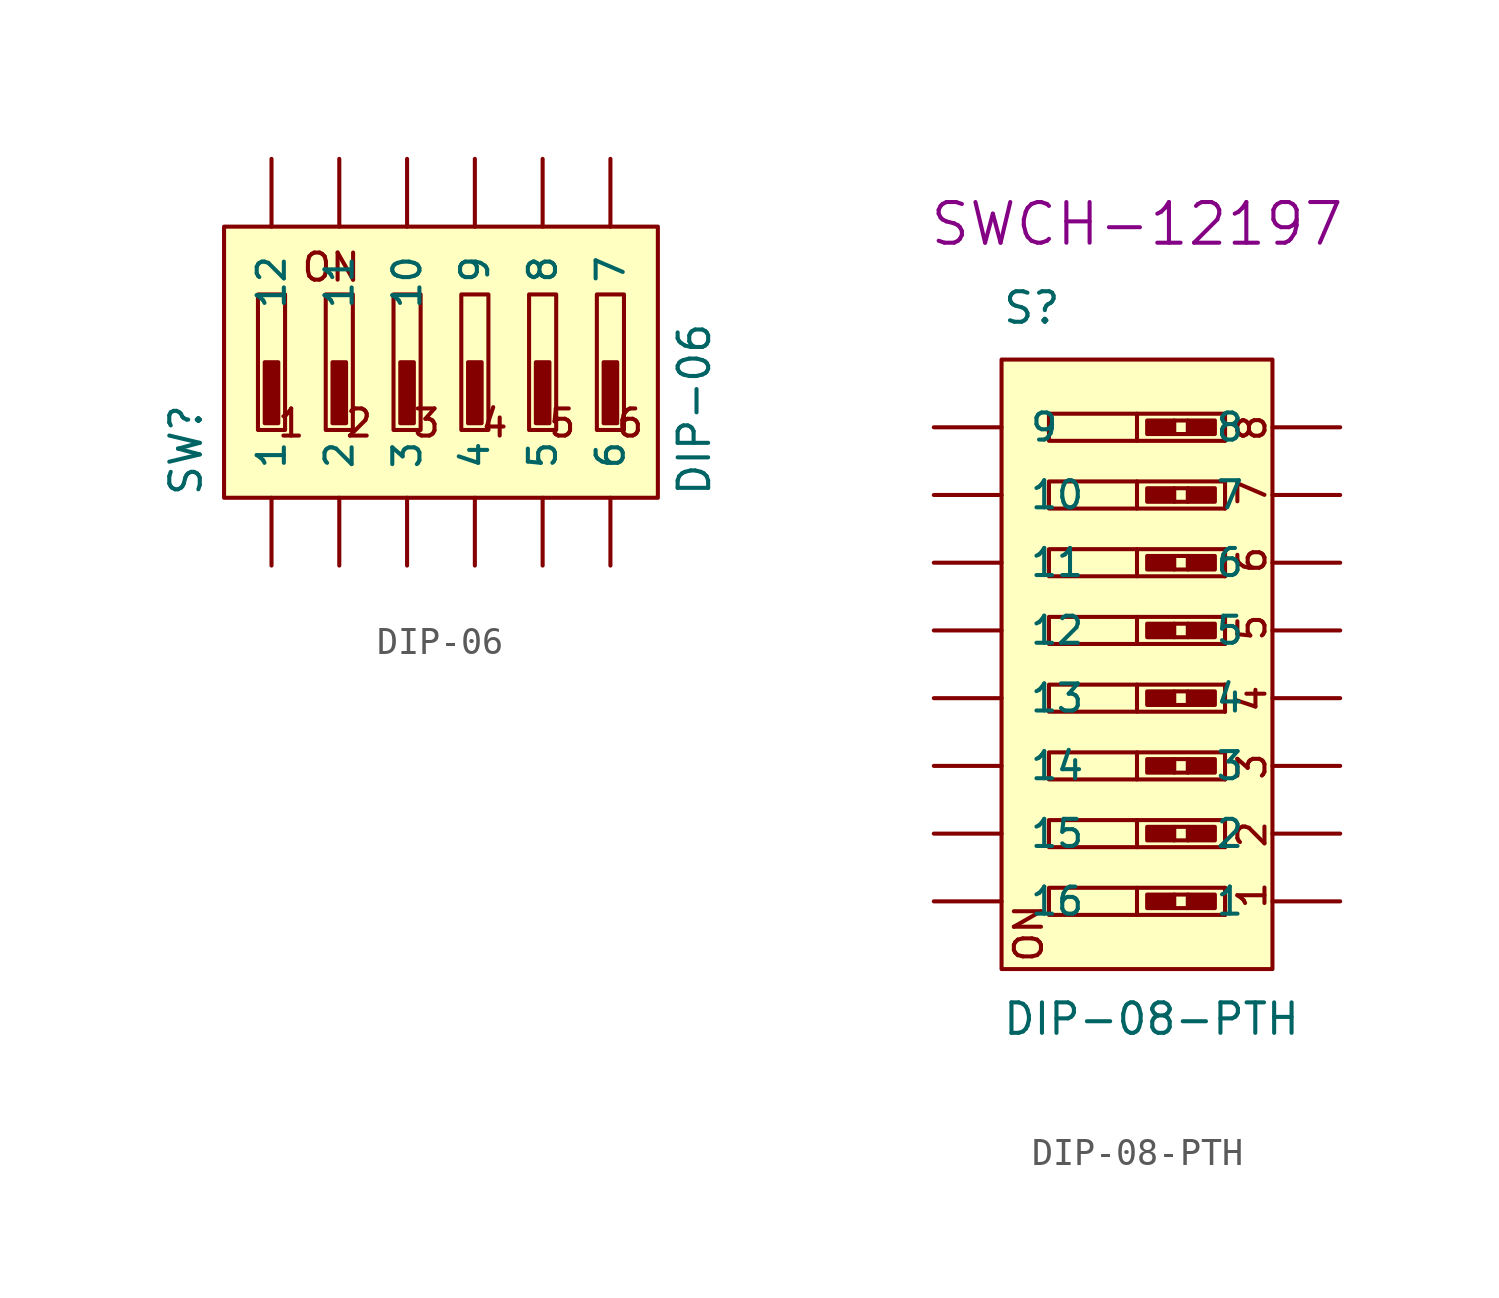
<source format=kicad_sym>
(kicad_symbol_lib
  (version 20220914)
  (generator kicad_symbol_editor)
  (symbol "DIP-06"
    (pin_numbers hide)
    (pin_names
      (offset 1.016))
    (property "Reference" "SW"
      (at -7.62 -5.08 90)
      (effects (font (size 1.143 1.143)) (justify left bottom)))
    (property "Value" "DIP-06"
      (at 11.43 -5.08 90)
      (effects (font (size 1.143 1.143)) (justify left bottom)))
    (property "ki_locked" ""
      (at 0 0 0)
      (effects (font (size 1.27 1.27))))
    (symbol "DIP-06_1_0"
      (text "1" (at -4.343 -2.286 0) (effects (font (size 1.016 1.016))))
      (text "2" (at -1.803 -2.286 0) (effects (font (size 1.016 1.016))))
      (text "3" (at 0.737 -2.286 0) (effects (font (size 1.016 1.016))))
      (text "4" (at 3.277 -2.286 0) (effects (font (size 1.016 1.016))))
      (text "5" (at 5.817 -2.286 0) (effects (font (size 1.016 1.016))))
      (text "6" (at 8.357 -2.286 0) (effects (font (size 1.016 1.016))))
      (text "ON" (at -2.845 3.556 0) (effects (font (size 1.016 1.016)))))
    (symbol "DIP-06_1_1"
      (rectangle (start -5.334 -2.286) (end -4.826 0) (stroke (width 0) (type solid)) (fill (type outline)))
      (rectangle (start -2.794 -2.286) (end -2.286 0) (stroke (width 0) (type solid)) (fill (type outline)))
      (rectangle (start -0.254 -2.286) (end 0.254 0) (stroke (width 0) (type solid)) (fill (type outline)))
      (polyline (pts (xy -6.858 5.08) (xy 9.398 5.08) (xy 9.398 -5.08) (xy -6.858 -5.08) (xy -6.858 5.08)) (stroke (width 0) (type solid)) (fill (type background)))
      (polyline (pts (xy -5.588 -2.54) (xy -4.572 -2.54) (xy -4.572 2.54) (xy -5.588 2.54) (xy -5.588 -2.54)) (stroke (width 0) (type solid)) (fill (type background)))
      (polyline (pts (xy -3.048 -2.54) (xy -2.032 -2.54) (xy -2.032 2.54) (xy -3.048 2.54) (xy -3.048 -2.54)) (stroke (width 0) (type solid)) (fill (type background)))
      (polyline (pts (xy -0.508 -2.54) (xy 0.508 -2.54) (xy 0.508 2.54) (xy -0.508 2.54) (xy -0.508 -2.54)) (stroke (width 0) (type solid)) (fill (type background)))
      (polyline (pts (xy 2.032 -2.54) (xy 3.048 -2.54) (xy 3.048 2.54) (xy 2.032 2.54) (xy 2.032 -2.54)) (stroke (width 0) (type solid)) (fill (type background)))
      (polyline (pts (xy 4.572 -2.54) (xy 5.588 -2.54) (xy 5.588 2.54) (xy 4.572 2.54) (xy 4.572 -2.54)) (stroke (width 0) (type solid)) (fill (type background)))
      (polyline (pts (xy 7.112 -2.54) (xy 8.128 -2.54) (xy 8.128 2.54) (xy 7.112 2.54) (xy 7.112 -2.54)) (stroke (width 0) (type solid)) (fill (type background)))
      (rectangle (start 2.286 -2.286) (end 2.794 0) (stroke (width 0) (type solid)) (fill (type outline)))
      (rectangle (start 4.826 -2.286) (end 5.334 0) (stroke (width 0) (type solid)) (fill (type outline)))
      (rectangle (start 7.366 -2.286) (end 7.874 0) (stroke (width 0) (type solid)) (fill (type outline)))
      (pin bidirectional line (at -5.08 -7.62 90) (length 2.54) (name "1" (effects (font (size 1.016 1.016)))) (number "1" (effects (font (size 1.016 1.016)))))
      (pin bidirectional line (at 0 7.62 270) (length 2.54) (name "10" (effects (font (size 1.016 1.016)))) (number "10" (effects (font (size 1.016 1.016)))))
      (pin bidirectional line (at -2.54 7.62 270) (length 2.54) (name "11" (effects (font (size 1.016 1.016)))) (number "11" (effects (font (size 1.016 1.016)))))
      (pin bidirectional line (at -5.08 7.62 270) (length 2.54) (name "12" (effects (font (size 1.016 1.016)))) (number "12" (effects (font (size 1.016 1.016)))))
      (pin bidirectional line (at -2.54 -7.62 90) (length 2.54) (name "2" (effects (font (size 1.016 1.016)))) (number "2" (effects (font (size 1.016 1.016)))))
      (pin bidirectional line (at 0 -7.62 90) (length 2.54) (name "3" (effects (font (size 1.016 1.016)))) (number "3" (effects (font (size 1.016 1.016)))))
      (pin bidirectional line (at 2.54 -7.62 90) (length 2.54) (name "4" (effects (font (size 1.016 1.016)))) (number "4" (effects (font (size 1.016 1.016)))))
      (pin bidirectional line (at 5.08 -7.62 90) (length 2.54) (name "5" (effects (font (size 1.016 1.016)))) (number "5" (effects (font (size 1.016 1.016)))))
      (pin bidirectional line (at 7.62 -7.62 90) (length 2.54) (name "6" (effects (font (size 1.016 1.016)))) (number "6" (effects (font (size 1.016 1.016)))))
      (pin bidirectional line (at 7.62 7.62 270) (length 2.54) (name "7" (effects (font (size 1.016 1.016)))) (number "7" (effects (font (size 1.016 1.016)))))
      (pin bidirectional line (at 5.08 7.62 270) (length 2.54) (name "8" (effects (font (size 1.016 1.016)))) (number "8" (effects (font (size 1.016 1.016)))))
      (pin bidirectional line (at 2.54 7.62 270) (length 2.54) (name "9" (effects (font (size 1.016 1.016)))) (number "9" (effects (font (size 1.016 1.016)))))))
  (symbol "DIP-08-PTH"
    (pin_numbers hide)
    (pin_names
      (offset 1.016))
    (property "Reference" "S"
      (at -5.08 11.43 0)
      (effects (font (size 1.143 1.143)) (justify left bottom)))
    (property "Value" "DIP-08-PTH"
      (at -5.08 -15.24 0)
      (effects (font (size 1.143 1.143)) (justify left bottom)))
    (property "Field4" "SWCH-12197"
      (at 0 15.24 0)
      (effects (font (size 1.524 1.524))))
    (property "ki_locked" ""
      (at 0 0 0)
      (effects (font (size 1.27 1.27))))
    (symbol "DIP-08-PTH_1_0"
      (polyline (pts (xy 0 -9.652) (xy 3.302 -9.652)) (stroke (width 0) (type solid)) (fill (type none)))
      (polyline (pts (xy 0 -7.112) (xy 3.302 -7.112)) (stroke (width 0) (type solid)) (fill (type none)))
      (polyline (pts (xy 0 -4.572) (xy 3.302 -4.572)) (stroke (width 0) (type solid)) (fill (type none)))
      (polyline (pts (xy 0 -2.032) (xy 3.302 -2.032)) (stroke (width 0) (type solid)) (fill (type none)))
      (polyline (pts (xy 0 0.508) (xy 3.302 0.508)) (stroke (width 0) (type solid)) (fill (type none)))
      (polyline (pts (xy 0 3.048) (xy 3.302 3.048)) (stroke (width 0) (type solid)) (fill (type none)))
      (polyline (pts (xy 0 5.588) (xy 3.302 5.588)) (stroke (width 0) (type solid)) (fill (type none)))
      (polyline (pts (xy 0 8.128) (xy 3.302 8.128)) (stroke (width 0) (type solid)) (fill (type none)))
      (polyline (pts (xy 1.397 -10.414) (xy 1.905 -10.414)) (stroke (width 0) (type solid)) (fill (type none)))
      (polyline (pts (xy 1.397 -9.906) (xy 1.905 -9.906)) (stroke (width 0) (type solid)) (fill (type none)))
      (polyline (pts (xy 1.397 -7.874) (xy 1.905 -7.874)) (stroke (width 0) (type solid)) (fill (type none)))
      (polyline (pts (xy 1.397 -7.366) (xy 1.905 -7.366)) (stroke (width 0) (type solid)) (fill (type none)))
      (polyline (pts (xy 1.397 -5.334) (xy 1.905 -5.334)) (stroke (width 0) (type solid)) (fill (type none)))
      (polyline (pts (xy 1.397 -4.826) (xy 1.905 -4.826)) (stroke (width 0) (type solid)) (fill (type none)))
      (polyline (pts (xy 1.397 -2.794) (xy 1.905 -2.794)) (stroke (width 0) (type solid)) (fill (type none)))
      (polyline (pts (xy 1.397 -2.286) (xy 1.905 -2.286)) (stroke (width 0) (type solid)) (fill (type none)))
      (polyline (pts (xy 1.397 -0.254) (xy 1.905 -0.254)) (stroke (width 0) (type solid)) (fill (type none)))
      (polyline (pts (xy 1.397 0.254) (xy 1.905 0.254)) (stroke (width 0) (type solid)) (fill (type none)))
      (polyline (pts (xy 1.397 2.286) (xy 1.905 2.286)) (stroke (width 0) (type solid)) (fill (type none)))
      (polyline (pts (xy 1.397 2.794) (xy 1.905 2.794)) (stroke (width 0) (type solid)) (fill (type none)))
      (polyline (pts (xy 1.397 4.826) (xy 1.905 4.826)) (stroke (width 0) (type solid)) (fill (type none)))
      (polyline (pts (xy 1.397 5.334) (xy 1.905 5.334)) (stroke (width 0) (type solid)) (fill (type none)))
      (polyline (pts (xy 1.397 7.366) (xy 1.905 7.366)) (stroke (width 0) (type solid)) (fill (type none)))
      (polyline (pts (xy 1.397 7.874) (xy 1.905 7.874)) (stroke (width 0) (type solid)) (fill (type none)))
      (polyline (pts (xy 3.302 -10.668) (xy 0 -10.668)) (stroke (width 0) (type solid)) (fill (type none)))
      (polyline (pts (xy 3.302 -9.652) (xy 3.302 -10.668)) (stroke (width 0) (type solid)) (fill (type none)))
      (polyline (pts (xy 3.302 -8.128) (xy 0 -8.128)) (stroke (width 0) (type solid)) (fill (type none)))
      (polyline (pts (xy 3.302 -7.112) (xy 3.302 -8.128)) (stroke (width 0) (type solid)) (fill (type none)))
      (polyline (pts (xy 3.302 -5.588) (xy 0 -5.588)) (stroke (width 0) (type solid)) (fill (type none)))
      (polyline (pts (xy 3.302 -4.572) (xy 3.302 -5.588)) (stroke (width 0) (type solid)) (fill (type none)))
      (polyline (pts (xy 3.302 -3.048) (xy 0 -3.048)) (stroke (width 0) (type solid)) (fill (type none)))
      (polyline (pts (xy 3.302 -2.032) (xy 3.302 -3.048)) (stroke (width 0) (type solid)) (fill (type none)))
      (polyline (pts (xy 3.302 -0.508) (xy 0 -0.508)) (stroke (width 0) (type solid)) (fill (type none)))
      (polyline (pts (xy 3.302 0.508) (xy 3.302 -0.508)) (stroke (width 0) (type solid)) (fill (type none)))
      (polyline (pts (xy 3.302 2.032) (xy 0 2.032)) (stroke (width 0) (type solid)) (fill (type none)))
      (polyline (pts (xy 3.302 3.048) (xy 3.302 2.032)) (stroke (width 0) (type solid)) (fill (type none)))
      (polyline (pts (xy 3.302 4.572) (xy 0 4.572)) (stroke (width 0) (type solid)) (fill (type none)))
      (polyline (pts (xy 3.302 5.588) (xy 3.302 4.572)) (stroke (width 0) (type solid)) (fill (type none)))
      (polyline (pts (xy 3.302 7.112) (xy 0 7.112)) (stroke (width 0) (type solid)) (fill (type none)))
      (polyline (pts (xy 3.302 8.128) (xy 3.302 7.112)) (stroke (width 0) (type solid)) (fill (type none)))
      (text "1" (at 4.318 -9.931 900) (effects (font (size 1.016 1.016))))
      (text "2" (at 4.318 -7.645 900) (effects (font (size 1.016 1.016))))
      (text "3" (at 4.318 -5.105 900) (effects (font (size 1.016 1.016))))
      (text "4" (at 4.318 -2.565 900) (effects (font (size 1.016 1.016))))
      (text "5" (at 4.318 0.102 900) (effects (font (size 1.016 1.016))))
      (text "6" (at 4.318 2.642 900) (effects (font (size 1.016 1.016))))
      (text "7" (at 4.318 5.182 900) (effects (font (size 1.016 1.016))))
      (text "8" (at 4.318 7.595 900) (effects (font (size 1.016 1.016))))
      (text "ON" (at -4.064 -11.354 900) (effects (font (size 1.016 1.016)))))
    (symbol "DIP-08-PTH_1_1"
      (polyline (pts (xy -5.08 10.16) (xy -5.08 -12.7) (xy 5.08 -12.7) (xy 5.08 10.16) (xy -5.08 10.16)) (stroke (width 0) (type solid)) (fill (type background)))
      (polyline (pts (xy -3.302 -9.652) (xy 0 -9.652) (xy 0 -10.668) (xy -3.302 -10.668) (xy -3.302 -9.652)) (stroke (width 0) (type solid)) (fill (type background)))
      (polyline (pts (xy -3.302 -7.112) (xy 0 -7.112) (xy 0 -8.128) (xy -3.302 -8.128) (xy -3.302 -7.112)) (stroke (width 0) (type solid)) (fill (type background)))
      (polyline (pts (xy -3.302 -4.572) (xy 0 -4.572) (xy 0 -5.588) (xy -3.302 -5.588) (xy -3.302 -4.572)) (stroke (width 0) (type solid)) (fill (type background)))
      (polyline (pts (xy -3.302 -2.032) (xy 0 -2.032) (xy 0 -3.048) (xy -3.302 -3.048) (xy -3.302 -2.032)) (stroke (width 0) (type solid)) (fill (type background)))
      (polyline (pts (xy -3.302 0.508) (xy 0 0.508) (xy 0 -0.508) (xy -3.302 -0.508) (xy -3.302 0.508)) (stroke (width 0) (type solid)) (fill (type background)))
      (polyline (pts (xy -3.302 3.048) (xy 0 3.048) (xy 0 2.032) (xy -3.302 2.032) (xy -3.302 3.048)) (stroke (width 0) (type solid)) (fill (type background)))
      (polyline (pts (xy -3.302 5.588) (xy 0 5.588) (xy 0 4.572) (xy -3.302 4.572) (xy -3.302 5.588)) (stroke (width 0) (type solid)) (fill (type background)))
      (polyline (pts (xy -3.302 8.128) (xy 0 8.128) (xy 0 7.112) (xy -3.302 7.112) (xy -3.302 8.128)) (stroke (width 0) (type solid)) (fill (type background)))
      (rectangle (start 0.381 -10.414) (end 1.397 -9.906) (stroke (width 0) (type solid)) (fill (type outline)))
      (rectangle (start 0.381 -7.874) (end 1.397 -7.366) (stroke (width 0) (type solid)) (fill (type outline)))
      (rectangle (start 0.381 -5.334) (end 1.397 -4.826) (stroke (width 0) (type solid)) (fill (type outline)))
      (rectangle (start 0.381 -2.794) (end 1.397 -2.286) (stroke (width 0) (type solid)) (fill (type outline)))
      (rectangle (start 0.381 -0.254) (end 1.397 0.254) (stroke (width 0) (type solid)) (fill (type outline)))
      (rectangle (start 0.381 2.286) (end 1.397 2.794) (stroke (width 0) (type solid)) (fill (type outline)))
      (rectangle (start 0.381 4.826) (end 1.397 5.334) (stroke (width 0) (type solid)) (fill (type outline)))
      (rectangle (start 0.381 7.366) (end 1.397 7.874) (stroke (width 0) (type solid)) (fill (type outline)))
      (rectangle (start 1.905 -10.414) (end 2.921 -9.906) (stroke (width 0) (type solid)) (fill (type outline)))
      (rectangle (start 1.905 -7.874) (end 2.921 -7.366) (stroke (width 0) (type solid)) (fill (type outline)))
      (rectangle (start 1.905 -5.334) (end 2.921 -4.826) (stroke (width 0) (type solid)) (fill (type outline)))
      (rectangle (start 1.905 -2.794) (end 2.921 -2.286) (stroke (width 0) (type solid)) (fill (type outline)))
      (rectangle (start 1.905 -0.254) (end 2.921 0.254) (stroke (width 0) (type solid)) (fill (type outline)))
      (rectangle (start 1.905 2.286) (end 2.921 2.794) (stroke (width 0) (type solid)) (fill (type outline)))
      (rectangle (start 1.905 4.826) (end 2.921 5.334) (stroke (width 0) (type solid)) (fill (type outline)))
      (rectangle (start 1.905 7.366) (end 2.921 7.874) (stroke (width 0) (type solid)) (fill (type outline)))
      (pin passive line (at 7.62 -10.16 180) (length 2.54) (name "1" (effects (font (size 1.016 1.016)))) (number "1" (effects (font (size 1.016 1.016)))))
      (pin passive line (at -7.62 5.08 0) (length 2.54) (name "10" (effects (font (size 1.016 1.016)))) (number "10" (effects (font (size 1.016 1.016)))))
      (pin passive line (at -7.62 2.54 0) (length 2.54) (name "11" (effects (font (size 1.016 1.016)))) (number "11" (effects (font (size 1.016 1.016)))))
      (pin passive line (at -7.62 0 0) (length 2.54) (name "12" (effects (font (size 1.016 1.016)))) (number "12" (effects (font (size 1.016 1.016)))))
      (pin passive line (at -7.62 -2.54 0) (length 2.54) (name "13" (effects (font (size 1.016 1.016)))) (number "13" (effects (font (size 1.016 1.016)))))
      (pin passive line (at -7.62 -5.08 0) (length 2.54) (name "14" (effects (font (size 1.016 1.016)))) (number "14" (effects (font (size 1.016 1.016)))))
      (pin passive line (at -7.62 -7.62 0) (length 2.54) (name "15" (effects (font (size 1.016 1.016)))) (number "15" (effects (font (size 1.016 1.016)))))
      (pin passive line (at -7.62 -10.16 0) (length 2.54) (name "16" (effects (font (size 1.016 1.016)))) (number "16" (effects (font (size 1.016 1.016)))))
      (pin passive line (at 7.62 -7.62 180) (length 2.54) (name "2" (effects (font (size 1.016 1.016)))) (number "2" (effects (font (size 1.016 1.016)))))
      (pin passive line (at 7.62 -5.08 180) (length 2.54) (name "3" (effects (font (size 1.016 1.016)))) (number "3" (effects (font (size 1.016 1.016)))))
      (pin passive line (at 7.62 -2.54 180) (length 2.54) (name "4" (effects (font (size 1.016 1.016)))) (number "4" (effects (font (size 1.016 1.016)))))
      (pin passive line (at 7.62 0 180) (length 2.54) (name "5" (effects (font (size 1.016 1.016)))) (number "5" (effects (font (size 1.016 1.016)))))
      (pin passive line (at 7.62 2.54 180) (length 2.54) (name "6" (effects (font (size 1.016 1.016)))) (number "6" (effects (font (size 1.016 1.016)))))
      (pin passive line (at 7.62 5.08 180) (length 2.54) (name "7" (effects (font (size 1.016 1.016)))) (number "7" (effects (font (size 1.016 1.016)))))
      (pin passive line (at 7.62 7.62 180) (length 2.54) (name "8" (effects (font (size 1.016 1.016)))) (number "8" (effects (font (size 1.016 1.016)))))
      (pin passive line (at -7.62 7.62 0) (length 2.54) (name "9" (effects (font (size 1.016 1.016)))) (number "9" (effects (font (size 1.016 1.016))))))))
</source>
